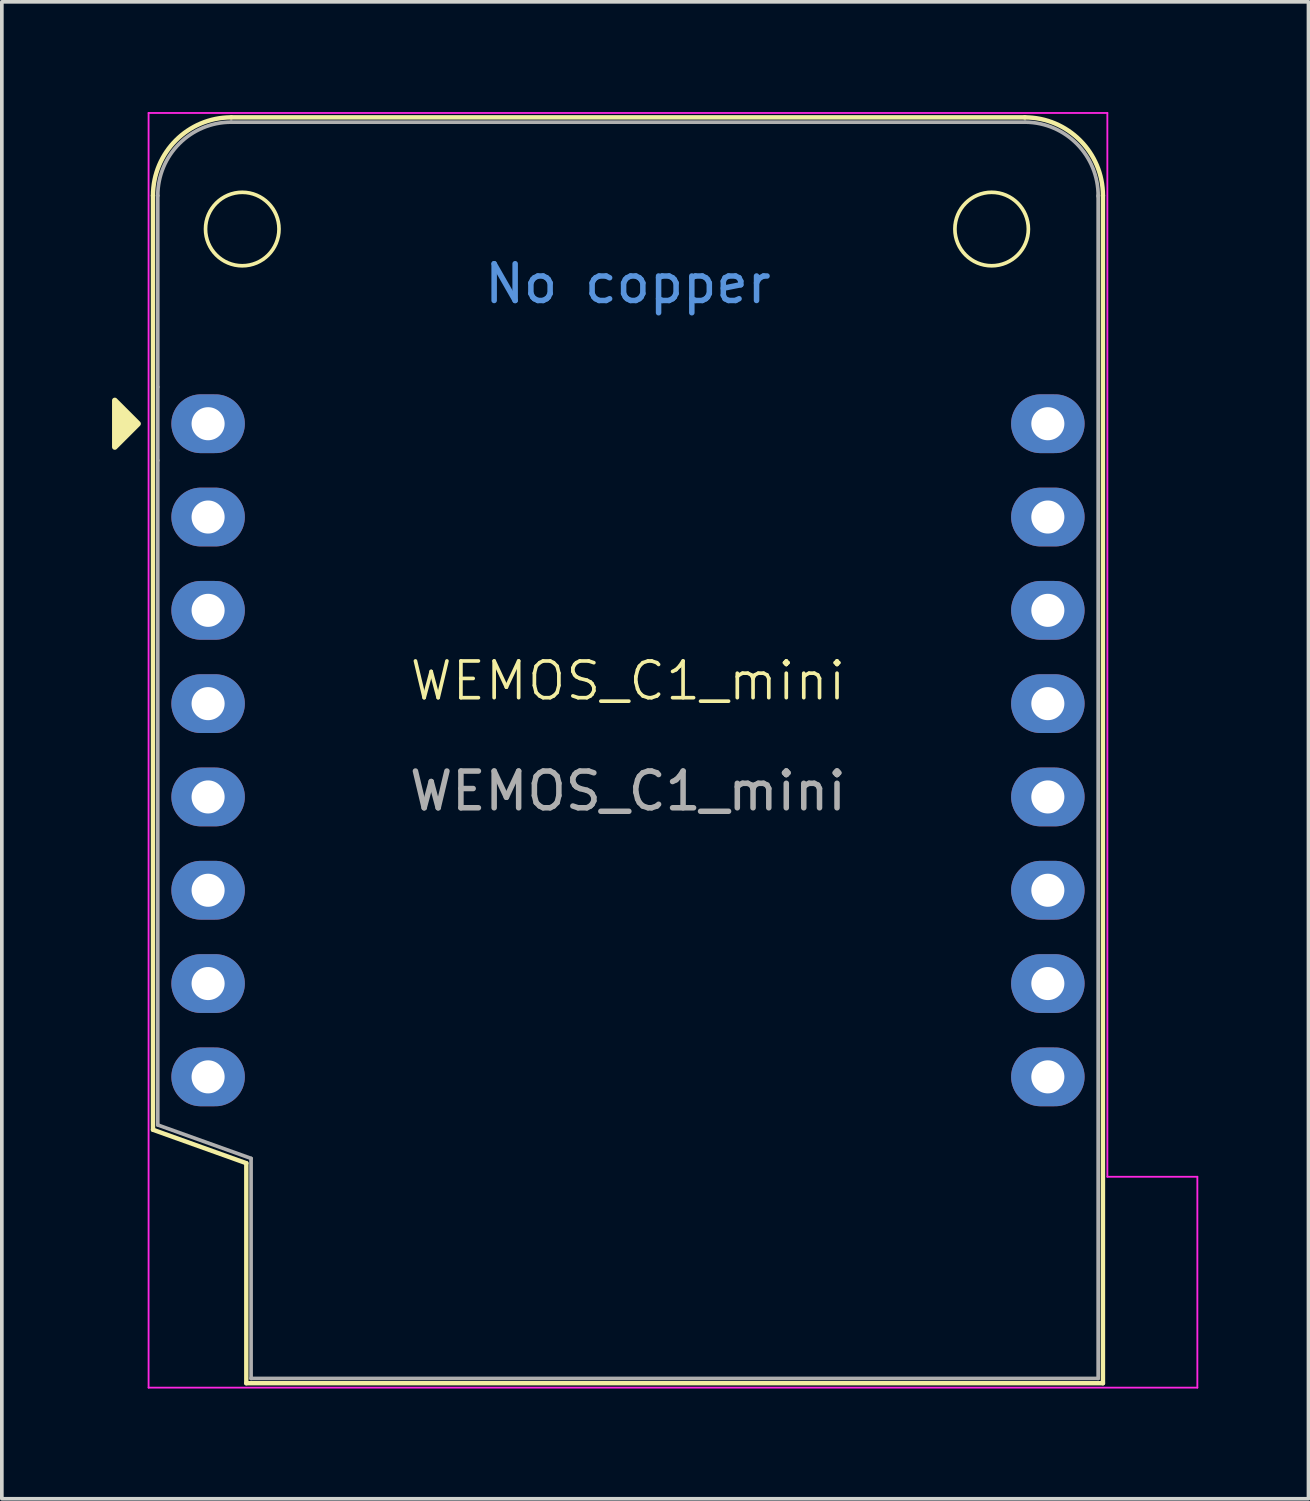
<source format=kicad_pcb>
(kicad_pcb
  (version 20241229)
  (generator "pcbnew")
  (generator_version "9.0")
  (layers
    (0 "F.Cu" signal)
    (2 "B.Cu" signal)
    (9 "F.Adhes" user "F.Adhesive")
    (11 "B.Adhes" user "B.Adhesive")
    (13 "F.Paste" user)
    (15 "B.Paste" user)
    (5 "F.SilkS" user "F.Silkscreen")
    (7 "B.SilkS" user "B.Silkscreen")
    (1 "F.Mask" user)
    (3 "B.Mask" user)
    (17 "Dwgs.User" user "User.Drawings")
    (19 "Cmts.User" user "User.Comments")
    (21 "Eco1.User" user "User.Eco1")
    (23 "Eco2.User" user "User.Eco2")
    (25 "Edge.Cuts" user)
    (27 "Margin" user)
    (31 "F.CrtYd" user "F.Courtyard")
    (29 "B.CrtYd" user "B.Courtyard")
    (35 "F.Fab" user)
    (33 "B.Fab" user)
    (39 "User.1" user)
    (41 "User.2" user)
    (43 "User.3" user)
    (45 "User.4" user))
  (footprint "WEMOS_C1_mini"
    (layer "F.Cu")
    (at 14.045 15.985)
    (property "Reference" "WEMOS_C1_mini" (at 0 -0.5 0) (unlocked yes) (layer "F.SilkS") (effects (font (size 1 1) (thickness 0.1))))
    (attr smd)
    (fp_line (start -12.93 11.72) (end -12.93 -13.71) (stroke (width 0.12) (type solid)) (layer "F.SilkS"))
    (fp_line (start -12.93 11.72) (end -10.39 12.63) (stroke (width 0.12) (type solid)) (layer "F.SilkS"))
    (fp_line (start -10.39 12.63) (end -10.39 18.62) (stroke (width 0.12) (type solid)) (layer "F.SilkS"))
    (fp_line (start -10.39 18.62) (end 12.93 18.62) (stroke (width 0.12) (type solid)) (layer "F.SilkS"))
    (fp_line (start 10.81 -15.84) (end -10.8 -15.84) (stroke (width 0.12) (type solid)) (layer "F.SilkS"))
    (fp_line (start 12.93 18.62) (end 12.93 -13.71) (stroke (width 0.12) (type solid)) (layer "F.SilkS"))
    (fp_arc (start -12.93 -13.71) (mid -12.306137 -15.216137) (end -10.8 -15.84) (stroke (width 0.12) (type solid)) (layer "F.SilkS"))
    (fp_arc (start 10.8 -15.84) (mid 12.306137 -15.216137) (end 12.93 -13.71) (stroke (width 0.12) (type solid)) (layer "F.SilkS"))
    (fp_circle (center -10.5 -12.8) (end -9.5 -12.8) (stroke (width 0.1) (type default)) (fill no) (layer "F.SilkS"))
    (fp_circle (center 9.9 -12.8) (end 10.9 -12.8) (stroke (width 0.1) (type default)) (fill no) (layer "F.SilkS"))
    (fp_poly (pts (xy -13.97 -8.135) (xy -13.97 -6.865) (xy -13.335 -7.5)) (stroke (width 0.15) (type solid)) (fill yes) (layer "F.SilkS"))
    (fp_line (start -13.05 -15.96) (end 13.05 -15.96) (stroke (width 0.05) (type solid)) (layer "F.CrtYd"))
    (fp_line (start -13.05 18.74) (end -13.05 -15.96) (stroke (width 0.05) (type solid)) (layer "F.CrtYd"))
    (fp_line (start 13.05 -15.96) (end 13.05 13) (stroke (width 0.05) (type solid)) (layer "F.CrtYd"))
    (fp_line (start 13.05 13) (end 15.5 13) (stroke (width 0.05) (type default)) (layer "F.CrtYd"))
    (fp_line (start 15.5 18.74) (end -13.05 18.74) (stroke (width 0.05) (type solid)) (layer "F.CrtYd"))
    (fp_line (start 15.5 18.74) (end 15.5 13) (stroke (width 0.05) (type default)) (layer "F.CrtYd"))
    (fp_line (start -12.8 -13.71) (end -12.8 -8.5) (stroke (width 0.1) (type solid)) (layer "F.Fab"))
    (fp_line (start -12.8 -6.5) (end -12.8 -8.5) (stroke (width 0.1) (type solid)) (layer "F.Fab"))
    (fp_line (start -12.8 -6.5) (end -12.8 11.59) (stroke (width 0.1) (type solid)) (layer "F.Fab"))
    (fp_line (start -12.8 11.59) (end -10.26 12.5) (stroke (width 0.1) (type solid)) (layer "F.Fab"))
    (fp_line (start -10.26 12.5) (end -10.26 18.49) (stroke (width 0.1) (type solid)) (layer "F.Fab"))
    (fp_line (start -10.26 18.49) (end 12.8 18.49) (stroke (width 0.1) (type solid)) (layer "F.Fab"))
    (fp_line (start 10.8 -15.71) (end -10.8 -15.71) (stroke (width 0.1) (type solid)) (layer "F.Fab"))
    (fp_line (start 12.8 18.49) (end 12.8 -13.71) (stroke (width 0.1) (type solid)) (layer "F.Fab"))
    (fp_arc (start -12.8 -13.71) (mid -12.214214 -15.124214) (end -10.8 -15.71) (stroke (width 0.1) (type solid)) (layer "F.Fab"))
    (fp_arc (start 10.82 -15.71) (mid 12.228356 -15.110071) (end 12.8 -13.69) (stroke (width 0.1) (type solid)) (layer "F.Fab"))
    (fp_text user "No copper" (at 0 -11.31 0) (layer "Cmts.User") (effects (font (size 1 1) (thickness 0.15))))
    (fp_text user "${REFERENCE}" (at 0 2.5 0) (layer "F.Fab") (effects (font (size 1 1) (thickness 0.15))))
    (pad "0" thru_hole oval (at -11.43 2.66) (size 2 1.6) (drill 0.9) (layers "*.Cu" "*.Mask"))
    (pad "1" thru_hole oval (at -11.43 0.12) (size 2 1.6) (drill 0.9) (layers "*.Cu" "*.Mask"))
    (pad "2" thru_hole oval (at -11.43 -2.42) (size 2 1.6) (drill 0.9) (layers "*.Cu" "*.Mask"))
    (pad "3" thru_hole oval (at -11.43 -4.96) (size 2 1.6) (drill 0.9) (layers "*.Cu" "*.Mask"))
    (pad "4" thru_hole oval (at -11.43 5.2) (size 2 1.6) (drill 0.9) (layers "*.Cu" "*.Mask"))
    (pad "5" thru_hole oval (at -11.43 7.74) (size 2 1.6) (drill 0.9) (layers "*.Cu" "*.Mask"))
    (pad "6" thru_hole oval (at 11.43 5.2) (size 2 1.6) (drill 0.9) (layers "*.Cu" "*.Mask"))
    (pad "7" thru_hole oval (at 11.43 2.66) (size 2 1.6) (drill 0.9) (layers "*.Cu" "*.Mask"))
    (pad "8" thru_hole oval (at 11.43 0.12) (size 2 1.6) (drill 0.9) (layers "*.Cu" "*.Mask"))
    (pad "10" thru_hole oval (at 11.43 -2.42) (size 2 1.6) (drill 0.9) (layers "*.Cu" "*.Mask"))
    (pad "11" thru_hole oval (at -11.43 -7.5) (size 2 1.6) (drill 0.9) (layers "*.Cu" "*.Mask"))
    (pad "12" thru_hole oval (at -11.43 10.28) (size 2 1.6) (drill 0.9) (layers "*.Cu" "*.Mask"))
    (pad "13" thru_hole oval (at 11.43 7.74) (size 2 1.6) (drill 0.9) (layers "*.Cu" "*.Mask"))
    (pad "14" thru_hole oval (at 11.43 10.28) (size 2 1.6) (drill 0.9) (layers "*.Cu" "*.Mask"))
    (pad "20" thru_hole oval (at 11.43 -4.96) (size 2 1.6) (drill 0.9) (layers "*.Cu" "*.Mask"))
    (pad "21" thru_hole oval (at 11.43 -7.5) (size 2 1.6) (drill 0.9) (layers "*.Cu" "*.Mask"))
    (zone (net_name "") (layers "F.Cu" "B.Cu" "Dwgs.User") (name "No Copper") (hatch edge 0.5) (connect_pads) (min_thickness 0.25) (filled_areas_thickness no) (keepout (tracks not_allowed) (vias not_allowed) (pads not_allowed) (copperpour not_allowed) (footprints not_allowed)) (placement (enabled no)) (fill) (polygon (pts (xy 1.265 0.285) (xy 26.865 0.285) (xy 26.865 7.085) (xy 1.265 7.085)))))
  (gr_rect
    (start -3 -3)
    (end 32.57 37.75)
    (stroke (width 0.1) (type default))
    (fill no)
    (layer "Edge.Cuts")))
</source>
